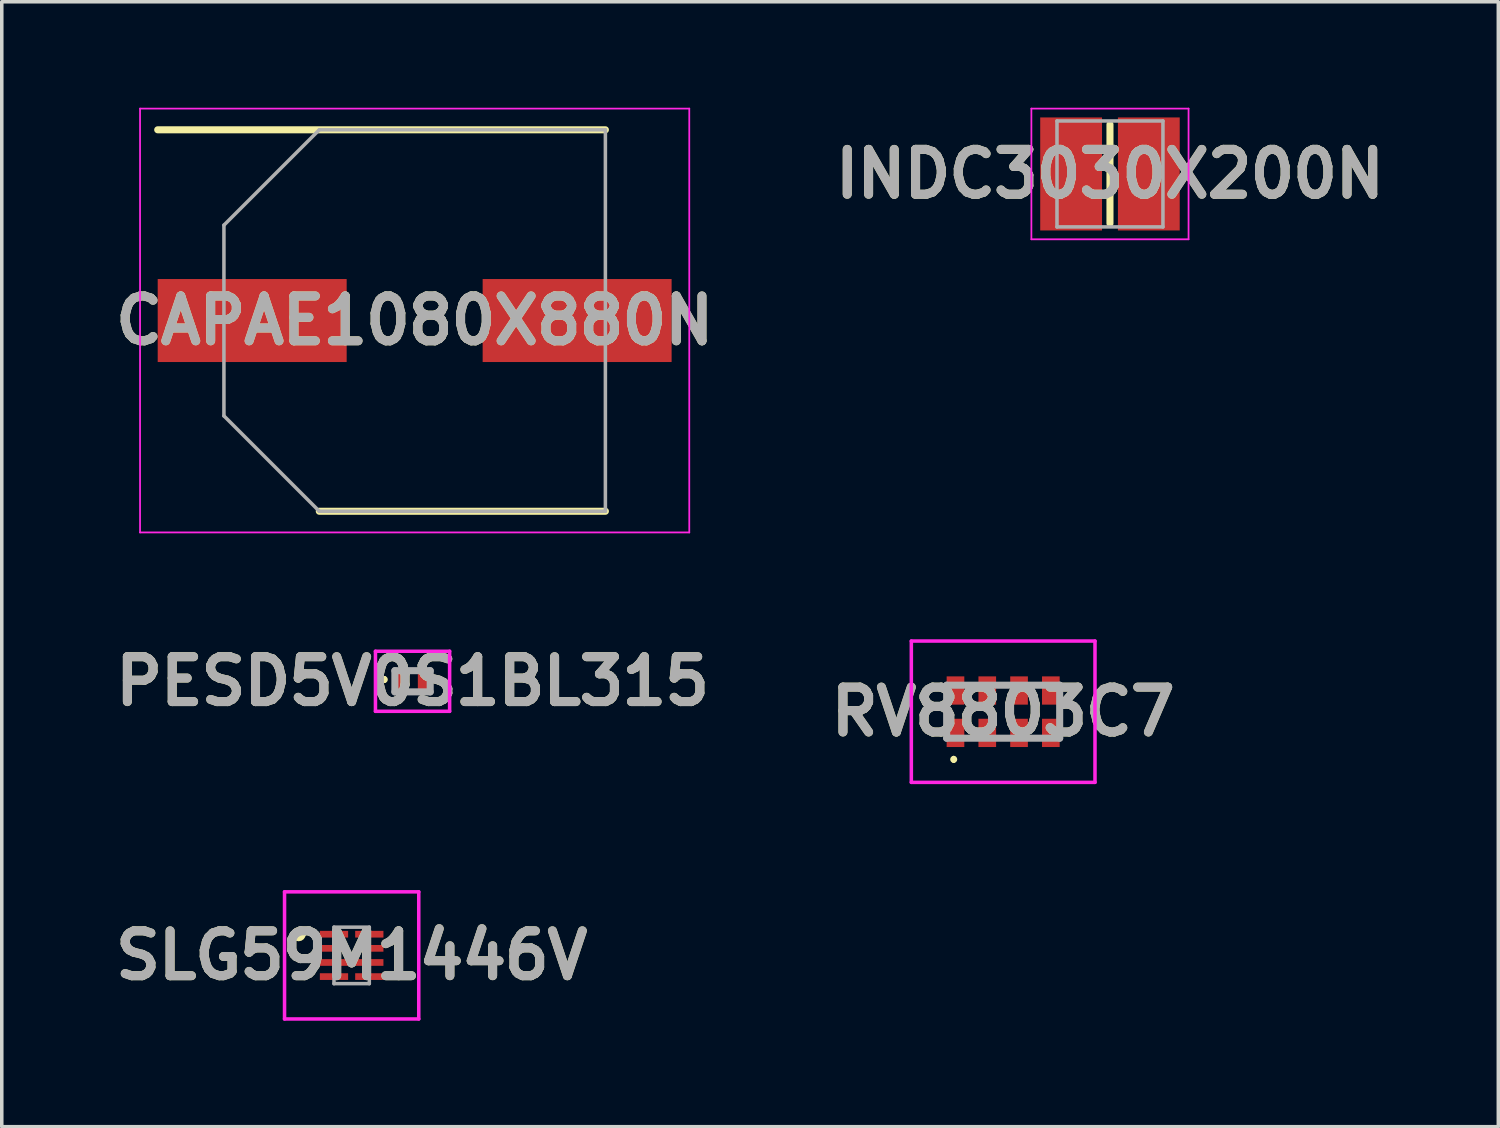
<source format=kicad_pcb>
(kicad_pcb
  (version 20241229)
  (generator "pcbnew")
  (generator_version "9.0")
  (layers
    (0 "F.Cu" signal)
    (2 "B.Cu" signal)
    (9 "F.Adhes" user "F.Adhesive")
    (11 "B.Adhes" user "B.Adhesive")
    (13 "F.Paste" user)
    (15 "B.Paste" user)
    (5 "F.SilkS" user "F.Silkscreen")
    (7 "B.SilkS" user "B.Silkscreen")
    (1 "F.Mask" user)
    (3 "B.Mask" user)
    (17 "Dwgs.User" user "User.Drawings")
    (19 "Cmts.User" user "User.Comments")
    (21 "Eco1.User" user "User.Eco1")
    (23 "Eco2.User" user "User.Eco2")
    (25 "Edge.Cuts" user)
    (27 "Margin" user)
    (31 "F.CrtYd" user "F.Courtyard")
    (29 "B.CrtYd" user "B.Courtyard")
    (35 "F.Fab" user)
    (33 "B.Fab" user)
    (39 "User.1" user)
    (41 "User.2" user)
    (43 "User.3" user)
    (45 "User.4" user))
  (footprint "RV8803C7"
    (layer "F.Cu")
    (at 25.352 17.1)
    (property "Reference" "RV8803C7" (at 0 0 0) (layer "F.SilkS") (effects (font (size 1.27 1.27) (thickness 0.254))))
    (attr smd)
    (fp_line (start -1.4 1.3) (end -1.4 1.3) (stroke (width 0.1) (type solid)) (layer "F.SilkS"))
    (fp_line (start -1.4 1.4) (end -1.4 1.4) (stroke (width 0.1) (type solid)) (layer "F.SilkS"))
    (fp_arc (start -1.4 1.3) (mid -1.35 1.35) (end -1.4 1.4) (stroke (width 0.1) (type solid)) (layer "F.SilkS"))
    (fp_arc (start -1.4 1.4) (mid -1.45 1.35) (end -1.4 1.3) (stroke (width 0.1) (type solid)) (layer "F.SilkS"))
    (fp_line (start -2.6 -2) (end 2.6 -2) (stroke (width 0.1) (type solid)) (layer "F.CrtYd"))
    (fp_line (start -2.6 2) (end -2.6 -2) (stroke (width 0.1) (type solid)) (layer "F.CrtYd"))
    (fp_line (start 2.6 -2) (end 2.6 2) (stroke (width 0.1) (type solid)) (layer "F.CrtYd"))
    (fp_line (start 2.6 2) (end -2.6 2) (stroke (width 0.1) (type solid)) (layer "F.CrtYd"))
    (fp_line (start -1.6 -0.75) (end 1.6 -0.75) (stroke (width 0.2) (type solid)) (layer "F.Fab"))
    (fp_line (start -1.6 0.75) (end -1.6 -0.75) (stroke (width 0.2) (type solid)) (layer "F.Fab"))
    (fp_line (start 1.6 -0.75) (end 1.6 0.75) (stroke (width 0.2) (type solid)) (layer "F.Fab"))
    (fp_line (start 1.6 0.75) (end -1.6 0.75) (stroke (width 0.2) (type solid)) (layer "F.Fab"))
    (fp_text user "${REFERENCE}" (at 0 0 0) (layer "F.Fab") (effects (font (size 1.27 1.27) (thickness 0.254))))
    (pad "1" smd rect (at -1.35 0.6) (size 0.5 0.8) (layers "F.Cu" "F.Mask" "F.Paste"))
    (pad "2" smd rect (at -0.45 0.6) (size 0.5 0.8) (layers "F.Cu" "F.Mask" "F.Paste"))
    (pad "3" smd rect (at 0.45 0.6) (size 0.5 0.8) (layers "F.Cu" "F.Mask" "F.Paste"))
    (pad "4" smd rect (at 1.35 0.6) (size 0.5 0.8) (layers "F.Cu" "F.Mask" "F.Paste"))
    (pad "5" smd rect (at 1.35 -0.6) (size 0.5 0.8) (layers "F.Cu" "F.Mask" "F.Paste"))
    (pad "6" smd rect (at 0.45 -0.6) (size 0.5 0.8) (layers "F.Cu" "F.Mask" "F.Paste"))
    (pad "7" smd rect (at -0.45 -0.6) (size 0.5 0.8) (layers "F.Cu" "F.Mask" "F.Paste"))
    (pad "8" smd rect (at -1.35 -0.6) (size 0.5 0.8) (layers "F.Cu" "F.Mask" "F.Paste")))
  (footprint "INDC3030X200N"
    (layer "F.Cu")
    (at 28.376 1.875)
    (property "Reference" "INDC3030X200N" (at 0 0 0) (layer "F.SilkS") (effects (font (size 1.27 1.27) (thickness 0.254))))
    (attr smd)
    (fp_line (start 0 -1.4) (end 0 1.4) (stroke (width 0.2) (type solid)) (layer "F.SilkS"))
    (fp_line (start -2.225 -1.85) (end 2.225 -1.85) (stroke (width 0.05) (type solid)) (layer "F.CrtYd"))
    (fp_line (start -2.225 1.85) (end -2.225 -1.85) (stroke (width 0.05) (type solid)) (layer "F.CrtYd"))
    (fp_line (start 2.225 -1.85) (end 2.225 1.85) (stroke (width 0.05) (type solid)) (layer "F.CrtYd"))
    (fp_line (start 2.225 1.85) (end -2.225 1.85) (stroke (width 0.05) (type solid)) (layer "F.CrtYd"))
    (fp_line (start -1.5 -1.5) (end 1.5 -1.5) (stroke (width 0.1) (type solid)) (layer "F.Fab"))
    (fp_line (start -1.5 1.5) (end -1.5 -1.5) (stroke (width 0.1) (type solid)) (layer "F.Fab"))
    (fp_line (start 1.5 -1.5) (end 1.5 1.5) (stroke (width 0.1) (type solid)) (layer "F.Fab"))
    (fp_line (start 1.5 1.5) (end -1.5 1.5) (stroke (width 0.1) (type solid)) (layer "F.Fab"))
    (fp_text user "${REFERENCE}" (at 0 0 0) (layer "F.Fab") (effects (font (size 1.27 1.27) (thickness 0.254))))
    (pad "1" smd rect (at -1.1 0) (size 1.75 3.2) (layers "F.Cu" "F.Mask" "F.Paste"))
    (pad "2" smd rect (at 1.1 0) (size 1.75 3.2) (layers "F.Cu" "F.Mask" "F.Paste")))
  (footprint "CAPAE1080X880N"
    (layer "F.Cu")
    (at 8.69 6.025)
    (property "Reference" "CAPAE1080X880N" (at 0 0 0) (layer "F.SilkS") (effects (font (size 1.27 1.27) (thickness 0.254))))
    (attr smd)
    (fp_line (start -7.275 -5.4) (end 5.4 -5.4) (stroke (width 0.2) (type solid)) (layer "F.SilkS"))
    (fp_line (start -2.7 5.4) (end 5.4 5.4) (stroke (width 0.2) (type solid)) (layer "F.SilkS"))
    (fp_line (start -7.775 -6) (end 7.775 -6) (stroke (width 0.05) (type solid)) (layer "F.CrtYd"))
    (fp_line (start -7.775 6) (end -7.775 -6) (stroke (width 0.05) (type solid)) (layer "F.CrtYd"))
    (fp_line (start 7.775 -6) (end 7.775 6) (stroke (width 0.05) (type solid)) (layer "F.CrtYd"))
    (fp_line (start 7.775 6) (end -7.775 6) (stroke (width 0.05) (type solid)) (layer "F.CrtYd"))
    (fp_line (start -5.4 -2.7) (end -5.4 2.7) (stroke (width 0.1) (type solid)) (layer "F.Fab"))
    (fp_line (start -5.4 2.7) (end -2.7 5.4) (stroke (width 0.1) (type solid)) (layer "F.Fab"))
    (fp_line (start -2.7 -5.4) (end -5.4 -2.7) (stroke (width 0.1) (type solid)) (layer "F.Fab"))
    (fp_line (start -2.7 5.4) (end 5.4 5.4) (stroke (width 0.1) (type solid)) (layer "F.Fab"))
    (fp_line (start 5.4 -5.4) (end -2.7 -5.4) (stroke (width 0.1) (type solid)) (layer "F.Fab"))
    (fp_line (start 5.4 5.4) (end 5.4 -5.4) (stroke (width 0.1) (type solid)) (layer "F.Fab"))
    (fp_text user "${REFERENCE}" (at 0 0 0) (layer "F.Fab") (effects (font (size 1.27 1.27) (thickness 0.254))))
    (pad "1" smd rect (at -4.6 0 90) (size 2.35 5.35) (layers "F.Cu" "F.Mask" "F.Paste"))
    (pad "2" smd rect (at 4.6 0 90) (size 2.35 5.35) (layers "F.Cu" "F.Mask" "F.Paste")))
  (footprint "PESD5V0S1BL315"
    (layer "F.Cu")
    (at 8.63 16.239)
    (property "Reference" "PESD5V0S1BL315" (at 0 0 0) (layer "F.SilkS") (effects (font (size 1.27 1.27) (thickness 0.254))))
    (attr smd)
    (fp_line (start -0.8 -0.1) (end -0.8 -0.1) (stroke (width 0.1) (type solid)) (layer "F.SilkS"))
    (fp_line (start -0.8 0) (end -0.8 0) (stroke (width 0.1) (type solid)) (layer "F.SilkS"))
    (fp_arc (start -0.8 -0.1) (mid -0.75 -0.05) (end -0.8 0) (stroke (width 0.1) (type solid)) (layer "F.SilkS"))
    (fp_arc (start -0.8 0) (mid -0.85 -0.05) (end -0.8 -0.1) (stroke (width 0.1) (type solid)) (layer "F.SilkS"))
    (fp_line (start -1.05 -0.85) (end 1.05 -0.85) (stroke (width 0.1) (type solid)) (layer "F.CrtYd"))
    (fp_line (start -1.05 0.85) (end -1.05 -0.85) (stroke (width 0.1) (type solid)) (layer "F.CrtYd"))
    (fp_line (start 1.05 -0.85) (end 1.05 0.85) (stroke (width 0.1) (type solid)) (layer "F.CrtYd"))
    (fp_line (start 1.05 0.85) (end -1.05 0.85) (stroke (width 0.1) (type solid)) (layer "F.CrtYd"))
    (fp_line (start -0.5 -0.3) (end 0.5 -0.3) (stroke (width 0.2) (type solid)) (layer "F.Fab"))
    (fp_line (start -0.5 0.3) (end -0.5 -0.3) (stroke (width 0.2) (type solid)) (layer "F.Fab"))
    (fp_line (start 0.5 -0.3) (end 0.5 0.3) (stroke (width 0.2) (type solid)) (layer "F.Fab"))
    (fp_line (start 0.5 0.3) (end -0.5 0.3) (stroke (width 0.2) (type solid)) (layer "F.Fab"))
    (fp_text user "${REFERENCE}" (at 0 0 0) (layer "F.Fab") (effects (font (size 1.27 1.27) (thickness 0.254))))
    (pad "1" smd rect (at -0.35 0) (size 0.4 0.7) (layers "F.Cu" "F.Mask" "F.Paste"))
    (pad "2" smd rect (at 0.35 0) (size 0.4 0.7) (layers "F.Cu" "F.Mask" "F.Paste")))
  (footprint "SLG59M1446V"
    (layer "F.Cu")
    (at 6.906 24)
    (property "Reference" "SLG59M1446V" (at 0 0 0) (layer "F.SilkS") (effects (font (size 1.27 1.27) (thickness 0.254))))
    (attr smd)
    (fp_line (start -1.6 -0.6) (end -1.6 -0.6) (stroke (width 0.2) (type solid)) (layer "F.SilkS"))
    (fp_line (start -1.4 -0.6) (end -1.4 -0.6) (stroke (width 0.2) (type solid)) (layer "F.SilkS"))
    (fp_arc (start -1.6 -0.6) (mid -1.5 -0.7) (end -1.4 -0.6) (stroke (width 0.2) (type solid)) (layer "F.SilkS"))
    (fp_arc (start -1.4 -0.6) (mid -1.5 -0.5) (end -1.6 -0.6) (stroke (width 0.2) (type solid)) (layer "F.SilkS"))
    (fp_line (start -1.9 -1.8) (end 1.9 -1.8) (stroke (width 0.1) (type solid)) (layer "F.CrtYd"))
    (fp_line (start -1.9 1.8) (end -1.9 -1.8) (stroke (width 0.1) (type solid)) (layer "F.CrtYd"))
    (fp_line (start 1.9 -1.8) (end 1.9 1.8) (stroke (width 0.1) (type solid)) (layer "F.CrtYd"))
    (fp_line (start 1.9 1.8) (end -1.9 1.8) (stroke (width 0.1) (type solid)) (layer "F.CrtYd"))
    (fp_line (start -0.5 -0.8) (end 0.5 -0.8) (stroke (width 0.1) (type solid)) (layer "F.Fab"))
    (fp_line (start -0.5 0.8) (end -0.5 -0.8) (stroke (width 0.1) (type solid)) (layer "F.Fab"))
    (fp_line (start 0.5 -0.8) (end 0.5 0.8) (stroke (width 0.1) (type solid)) (layer "F.Fab"))
    (fp_line (start 0.5 0.8) (end -0.5 0.8) (stroke (width 0.1) (type solid)) (layer "F.Fab"))
    (fp_text user "${REFERENCE}" (at 0 0 0) (layer "F.Fab") (effects (font (size 1.27 1.27) (thickness 0.254))))
    (pad "1" smd rect (at -0.5 -0.6 90) (size 0.19 0.8) (layers "F.Cu" "F.Mask" "F.Paste"))
    (pad "2" smd rect (at -0.5 -0.2 90) (size 0.19 0.8) (layers "F.Cu" "F.Mask" "F.Paste"))
    (pad "3" smd rect (at -0.5 0.2 90) (size 0.19 0.8) (layers "F.Cu" "F.Mask" "F.Paste"))
    (pad "4" smd rect (at -0.5 0.6 90) (size 0.19 0.8) (layers "F.Cu" "F.Mask" "F.Paste"))
    (pad "5" smd rect (at 0.5 0.6 90) (size 0.19 0.8) (layers "F.Cu" "F.Mask" "F.Paste"))
    (pad "6" smd rect (at 0.5 0.2 90) (size 0.19 0.8) (layers "F.Cu" "F.Mask" "F.Paste"))
    (pad "7" smd rect (at 0.5 -0.2 90) (size 0.19 0.8) (layers "F.Cu" "F.Mask" "F.Paste"))
    (pad "8" smd rect (at 0.5 -0.6 90) (size 0.19 0.8) (layers "F.Cu" "F.Mask" "F.Paste")))
  (gr_rect
    (start -3 -3)
    (end 39.371 28.85)
    (stroke (width 0.1) (type default))
    (fill no)
    (layer "Edge.Cuts")))
</source>
